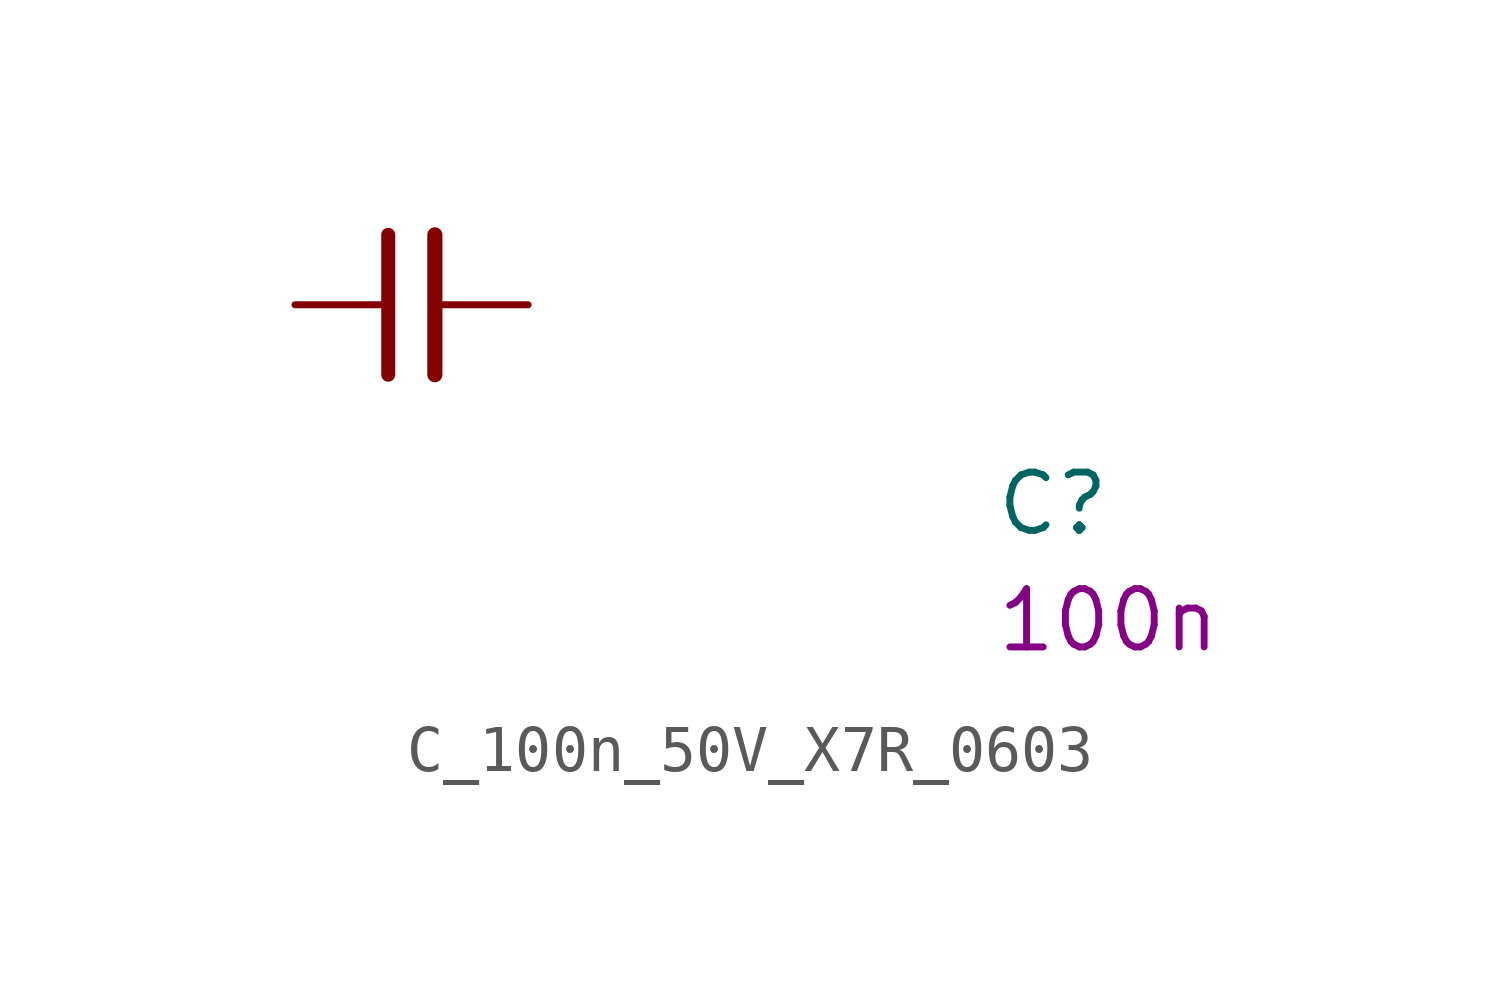
<source format=kicad_sym>
(kicad_symbol_lib
  (version 20220914)
  (generator kicad_symbol_editor)
  (symbol "C_100n_50V_X7R_0603"
    (pin_numbers hide)
    (pin_names hide)
    (property "Reference" "C"
      (at 15.24 -5.08 0)
      (effects (font (size 1.27 1.27) (thickness 0.15)) (justify left bottom)))
    (property "Val" "100n"
      (at 15.24 -7.62 0)
      (effects (font (size 1.27 1.27) (thickness 0.15)) (justify left bottom)))
    (symbol "C_100n_50V_X7R_0603_0_1"
      (polyline (pts (xy 2.032 -1.524) (xy 2.032 1.524)) (stroke (width 0.305) (type default)) (fill (type none)))
      (polyline (pts (xy 3.048 -1.524) (xy 3.048 1.524)) (stroke (width 0.33) (type default)) (fill (type none))))
    (symbol "C_100n_50V_X7R_0603_1_1"
      (pin passive line (at 0 0 0) (length 2.032) (name "~" (effects (font (size 1.27 1.27)))) (number "1" (effects (font (size 1.27 1.27)))))
      (pin passive line (at 5.08 0 180) (length 2.032) (name "~" (effects (font (size 1.27 1.27)))) (number "2" (effects (font (size 1.27 1.27))))))))
</source>
